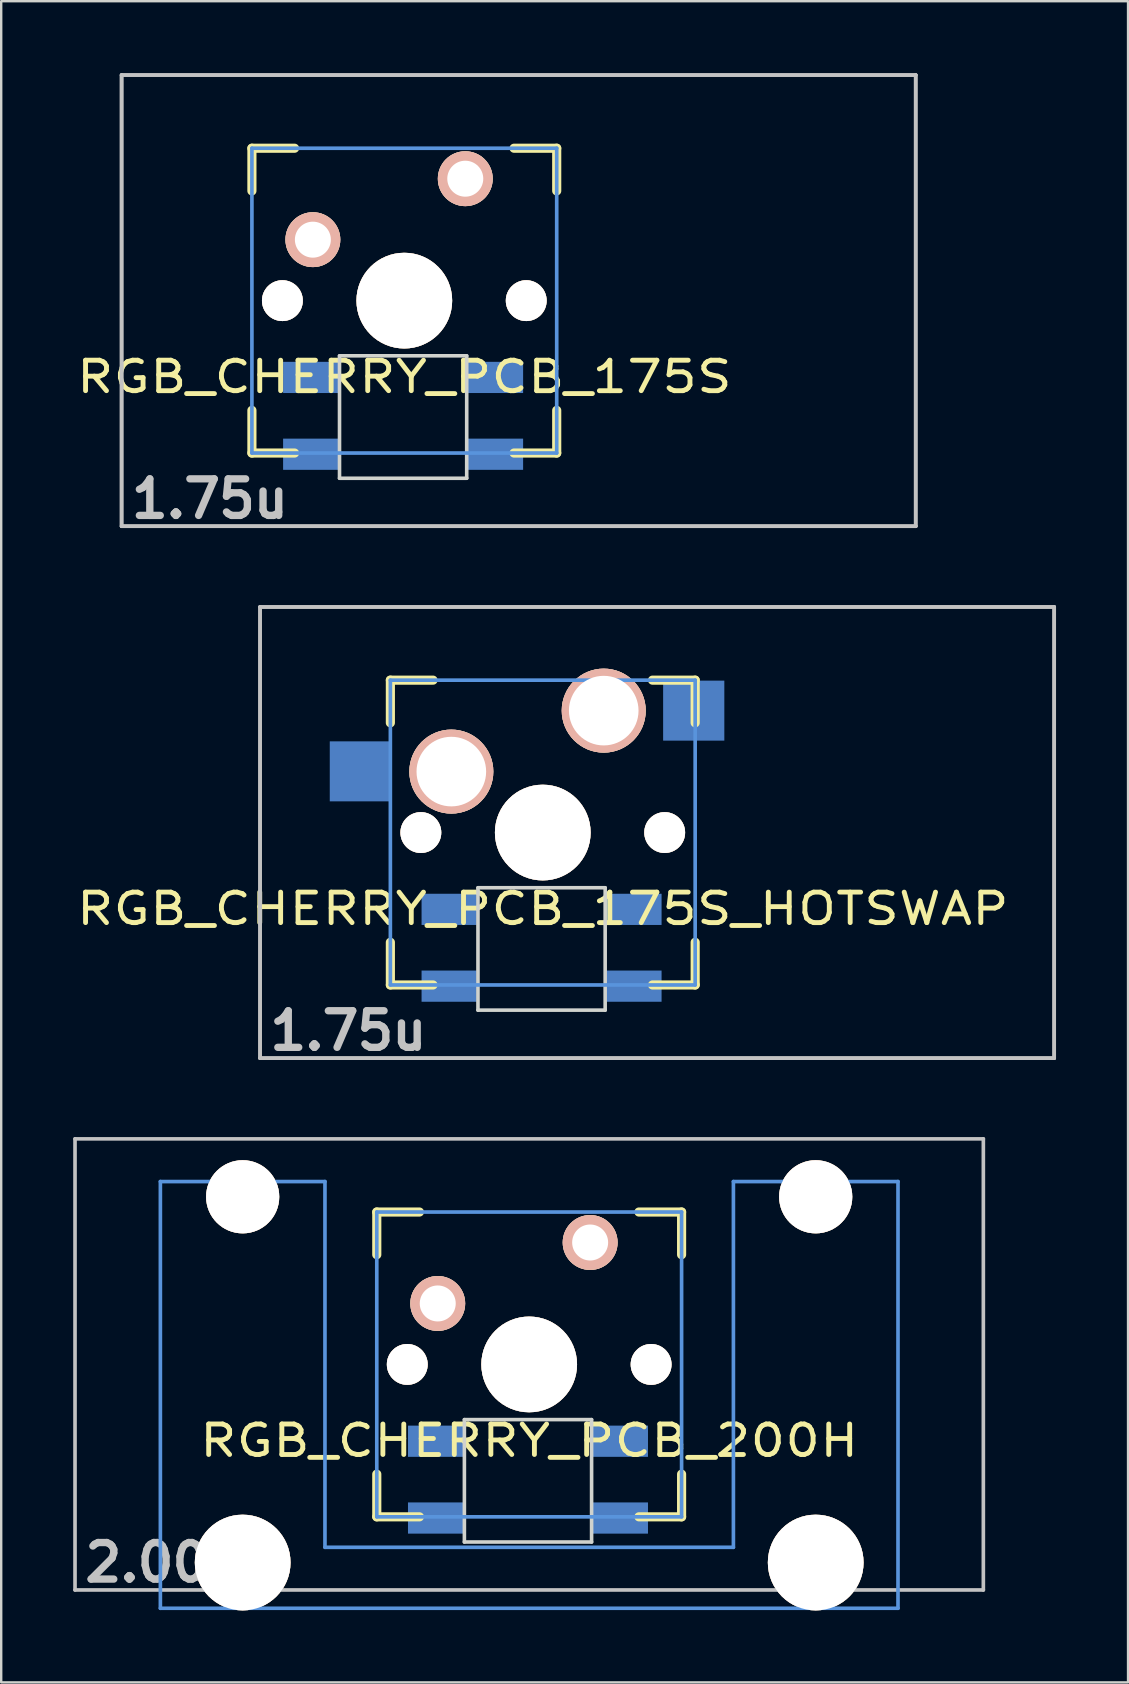
<source format=kicad_pcb>
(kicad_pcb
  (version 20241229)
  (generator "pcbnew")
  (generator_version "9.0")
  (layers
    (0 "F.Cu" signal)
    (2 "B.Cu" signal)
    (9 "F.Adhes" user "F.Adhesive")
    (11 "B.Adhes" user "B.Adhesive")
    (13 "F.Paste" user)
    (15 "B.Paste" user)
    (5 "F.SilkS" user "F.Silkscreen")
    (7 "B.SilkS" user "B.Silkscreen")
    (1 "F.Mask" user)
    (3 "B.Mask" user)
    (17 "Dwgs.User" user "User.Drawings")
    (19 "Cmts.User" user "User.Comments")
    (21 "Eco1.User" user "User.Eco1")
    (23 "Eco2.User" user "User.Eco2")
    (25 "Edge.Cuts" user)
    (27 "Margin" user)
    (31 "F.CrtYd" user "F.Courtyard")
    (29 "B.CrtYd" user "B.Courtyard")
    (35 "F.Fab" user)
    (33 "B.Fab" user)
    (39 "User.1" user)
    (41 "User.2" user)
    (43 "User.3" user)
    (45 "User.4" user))
  (footprint "RGB_CHERRY_PCB_175S"
    (layer "F.Cu")
    (at 13.796 9.476)
    (property "Reference" "RGB_CHERRY_PCB_175S" (at 0 3.175 0) (layer "F.SilkS") (effects (font (size 1.27 1.524) (thickness 0.203))))
    (attr through_hole)
    (fp_line (start -6.35 -6.35) (end -4.572 -6.35) (stroke (width 0.381) (type solid)) (layer "F.SilkS"))
    (fp_line (start -6.35 -4.572) (end -6.35 -6.35) (stroke (width 0.381) (type solid)) (layer "F.SilkS"))
    (fp_line (start -6.35 6.35) (end -6.35 4.572) (stroke (width 0.381) (type solid)) (layer "F.SilkS"))
    (fp_line (start -4.572 6.35) (end -6.35 6.35) (stroke (width 0.381) (type solid)) (layer "F.SilkS"))
    (fp_line (start 4.572 -6.35) (end 6.35 -6.35) (stroke (width 0.381) (type solid)) (layer "F.SilkS"))
    (fp_line (start 6.35 -6.35) (end 6.35 -4.572) (stroke (width 0.381) (type solid)) (layer "F.SilkS"))
    (fp_line (start 6.35 4.572) (end 6.35 6.35) (stroke (width 0.381) (type solid)) (layer "F.SilkS"))
    (fp_line (start 6.35 6.35) (end 4.572 6.35) (stroke (width 0.381) (type solid)) (layer "F.SilkS"))
    (fp_line (start -11.78 -9.4) (end 21.31 -9.4) (stroke (width 0.152) (type solid)) (layer "Dwgs.User"))
    (fp_line (start -11.78 9.4) (end -11.78 -9.4) (stroke (width 0.152) (type solid)) (layer "Dwgs.User"))
    (fp_line (start -11.779 -9.398) (end 21.307 -9.398) (stroke (width 0.152) (type solid)) (layer "Dwgs.User"))
    (fp_line (start -11.779 9.398) (end -11.779 -9.398) (stroke (width 0.152) (type solid)) (layer "Dwgs.User"))
    (fp_line (start 21.307 -9.398) (end 21.307 9.398) (stroke (width 0.152) (type solid)) (layer "Dwgs.User"))
    (fp_line (start 21.307 9.398) (end -11.779 9.398) (stroke (width 0.152) (type solid)) (layer "Dwgs.User"))
    (fp_line (start 21.31 -9.4) (end 21.31 9.4) (stroke (width 0.152) (type solid)) (layer "Dwgs.User"))
    (fp_line (start 21.31 9.4) (end -11.78 9.4) (stroke (width 0.152) (type solid)) (layer "Dwgs.User"))
    (fp_line (start -6.35 -6.35) (end 6.35 -6.35) (stroke (width 0.152) (type solid)) (layer "Cmts.User"))
    (fp_line (start -6.35 6.35) (end -6.35 -6.35) (stroke (width 0.152) (type solid)) (layer "Cmts.User"))
    (fp_line (start 6.35 -6.35) (end 6.35 6.35) (stroke (width 0.152) (type solid)) (layer "Cmts.User"))
    (fp_line (start 6.35 6.35) (end -6.35 6.35) (stroke (width 0.152) (type solid)) (layer "Cmts.User"))
    (fp_line (start -6.985 -6.985) (end 6.985 -6.985) (stroke (width 0.152) (type solid)) (layer "Eco2.User"))
    (fp_line (start -6.985 6.985) (end -6.985 -6.985) (stroke (width 0.152) (type solid)) (layer "Eco2.User"))
    (fp_line (start 6.985 -6.985) (end 6.985 6.985) (stroke (width 0.152) (type solid)) (layer "Eco2.User"))
    (fp_line (start 6.985 6.985) (end -6.985 6.985) (stroke (width 0.152) (type solid)) (layer "Eco2.User"))
    (fp_line (start -2.7 2.3) (end -2.7 7.4) (stroke (width 0.15) (type solid)) (layer "Edge.Cuts"))
    (fp_line (start -2.7 2.3) (end 2.6 2.3) (stroke (width 0.15) (type solid)) (layer "Edge.Cuts"))
    (fp_line (start 2.6 2.3) (end 2.6 7.4) (stroke (width 0.15) (type solid)) (layer "Edge.Cuts"))
    (fp_line (start 2.6 7.4) (end -2.7 7.4) (stroke (width 0.15) (type solid)) (layer "Edge.Cuts"))
    (fp_text user "1.75u" (at -8.1 8.26 0) (layer "Dwgs.User") (effects (font (size 1.524 1.524) (thickness 0.305))))
    (pad "" np_thru_hole circle (at -5.08 0) (size 1.702 1.702) (drill 1.702) (layers "*.Cu" "*.SilkS" "*.Mask"))
    (pad "" np_thru_hole circle (at 0 0) (size 3.988 3.988) (drill 3.988) (layers "*.Cu" "*.SilkS" "*.Mask"))
    (pad "" np_thru_hole circle (at 5.08 0) (size 1.702 1.702) (drill 1.702) (layers "*.Cu" "*.SilkS" "*.Mask"))
    (pad "1" thru_hole circle (at 2.54 -5.08) (size 2.286 2.286) (drill 1.499) (layers "*.Cu" "*.SilkS" "*.Mask"))
    (pad "2" thru_hole circle (at -3.81 -2.54) (size 2.286 2.286) (drill 1.499) (layers "*.Cu" "*.SilkS" "*.Mask"))
    (pad "3" smd rect (at -2.8 3.2) (size 2.3 1.3) (drill (offset -1.1 0)) (layers "B.Cu" "B.Mask" "B.Paste"))
    (pad "4" smd rect (at -2.8 6.4) (size 2.3 1.3) (drill (offset -1.1 0)) (layers "B.Cu" "B.Mask" "B.Paste"))
    (pad "5" smd rect (at 2.7 6.4) (size 2.3 1.3) (drill (offset 1.1 0)) (layers "B.Cu" "B.Mask" "B.Paste"))
    (pad "6" smd rect (at 2.7 3.2) (size 2.3 1.3) (drill (offset 1.1 0)) (layers "B.Cu" "B.Mask" "B.Paste")))
  (footprint "RGB_CHERRY_PCB_175S_HOTSWAP"
    (layer "F.Cu")
    (at 19.565 31.639)
    (property "Reference" "RGB_CHERRY_PCB_175S_HOTSWAP" (at 0 3.175 0) (layer "F.SilkS") (effects (font (size 1.27 1.524) (thickness 0.203))))
    (attr through_hole)
    (fp_line (start -6.35 -6.35) (end -4.572 -6.35) (stroke (width 0.381) (type solid)) (layer "F.SilkS"))
    (fp_line (start -6.35 -4.572) (end -6.35 -6.35) (stroke (width 0.381) (type solid)) (layer "F.SilkS"))
    (fp_line (start -6.35 6.35) (end -6.35 4.572) (stroke (width 0.381) (type solid)) (layer "F.SilkS"))
    (fp_line (start -4.572 6.35) (end -6.35 6.35) (stroke (width 0.381) (type solid)) (layer "F.SilkS"))
    (fp_line (start 4.572 -6.35) (end 6.35 -6.35) (stroke (width 0.381) (type solid)) (layer "F.SilkS"))
    (fp_line (start 6.35 -6.35) (end 6.35 -4.572) (stroke (width 0.381) (type solid)) (layer "F.SilkS"))
    (fp_line (start 6.35 4.572) (end 6.35 6.35) (stroke (width 0.381) (type solid)) (layer "F.SilkS"))
    (fp_line (start 6.35 6.35) (end 4.572 6.35) (stroke (width 0.381) (type solid)) (layer "F.SilkS"))
    (fp_line (start -11.78 -9.4) (end 21.31 -9.4) (stroke (width 0.152) (type solid)) (layer "Dwgs.User"))
    (fp_line (start -11.78 9.4) (end -11.78 -9.4) (stroke (width 0.152) (type solid)) (layer "Dwgs.User"))
    (fp_line (start -11.779 -9.398) (end 21.307 -9.398) (stroke (width 0.152) (type solid)) (layer "Dwgs.User"))
    (fp_line (start -11.779 9.398) (end -11.779 -9.398) (stroke (width 0.152) (type solid)) (layer "Dwgs.User"))
    (fp_line (start 21.307 -9.398) (end 21.307 9.398) (stroke (width 0.152) (type solid)) (layer "Dwgs.User"))
    (fp_line (start 21.307 9.398) (end -11.779 9.398) (stroke (width 0.152) (type solid)) (layer "Dwgs.User"))
    (fp_line (start 21.31 -9.4) (end 21.31 9.4) (stroke (width 0.152) (type solid)) (layer "Dwgs.User"))
    (fp_line (start 21.31 9.4) (end -11.78 9.4) (stroke (width 0.152) (type solid)) (layer "Dwgs.User"))
    (fp_line (start -6.35 -6.35) (end 6.35 -6.35) (stroke (width 0.152) (type solid)) (layer "Cmts.User"))
    (fp_line (start -6.35 6.35) (end -6.35 -6.35) (stroke (width 0.152) (type solid)) (layer "Cmts.User"))
    (fp_line (start 6.35 -6.35) (end 6.35 6.35) (stroke (width 0.152) (type solid)) (layer "Cmts.User"))
    (fp_line (start 6.35 6.35) (end -6.35 6.35) (stroke (width 0.152) (type solid)) (layer "Cmts.User"))
    (fp_line (start -6.985 -6.985) (end 6.985 -6.985) (stroke (width 0.152) (type solid)) (layer "Eco2.User"))
    (fp_line (start -6.985 6.985) (end -6.985 -6.985) (stroke (width 0.152) (type solid)) (layer "Eco2.User"))
    (fp_line (start 6.985 -6.985) (end 6.985 6.985) (stroke (width 0.152) (type solid)) (layer "Eco2.User"))
    (fp_line (start 6.985 6.985) (end -6.985 6.985) (stroke (width 0.152) (type solid)) (layer "Eco2.User"))
    (fp_line (start -2.7 2.3) (end -2.7 7.4) (stroke (width 0.15) (type solid)) (layer "Edge.Cuts"))
    (fp_line (start -2.7 2.3) (end 2.6 2.3) (stroke (width 0.15) (type solid)) (layer "Edge.Cuts"))
    (fp_line (start 2.6 2.3) (end 2.6 7.4) (stroke (width 0.15) (type solid)) (layer "Edge.Cuts"))
    (fp_line (start 2.6 7.4) (end -2.7 7.4) (stroke (width 0.15) (type solid)) (layer "Edge.Cuts"))
    (fp_text user "1.75u" (at -8.1 8.26 0) (layer "Dwgs.User") (effects (font (size 1.524 1.524) (thickness 0.305))))
    (pad "" np_thru_hole circle (at -5.08 0) (size 1.702 1.702) (drill 1.702) (layers "*.Cu" "*.SilkS" "*.Mask"))
    (pad "" np_thru_hole circle (at 0 0) (size 3.988 3.988) (drill 3.988) (layers "*.Cu" "*.SilkS" "*.Mask"))
    (pad "" np_thru_hole circle (at 5.08 0) (size 1.702 1.702) (drill 1.702) (layers "*.Cu" "*.SilkS" "*.Mask"))
    (pad "1" thru_hole circle (at 2.54 -5.08) (size 3.5 3.5) (drill 2.9) (layers "*.Cu" "*.SilkS" "*.Mask"))
    (pad "1" smd rect (at 6.29 -5.08) (size 2.55 2.5) (layers "B.Cu" "B.Mask" "B.Paste"))
    (pad "2" smd rect (at -7.6 -2.55) (size 2.55 2.5) (layers "B.Cu" "B.Mask" "B.Paste"))
    (pad "2" thru_hole circle (at -3.81 -2.54) (size 3.5 3.5) (drill 2.9) (layers "*.Cu" "*.SilkS" "*.Mask"))
    (pad "3" smd rect (at -2.8 3.2) (size 2.3 1.3) (drill (offset -1.1 0)) (layers "B.Cu" "B.Mask" "B.Paste"))
    (pad "4" smd rect (at -2.8 6.4) (size 2.3 1.3) (drill (offset -1.1 0)) (layers "B.Cu" "B.Mask" "B.Paste"))
    (pad "5" smd rect (at 2.7 6.4) (size 2.3 1.3) (drill (offset 1.1 0)) (layers "B.Cu" "B.Mask" "B.Paste"))
    (pad "6" smd rect (at 2.7 3.2) (size 2.3 1.3) (drill (offset 1.1 0)) (layers "B.Cu" "B.Mask" "B.Paste")))
  (footprint "RGB_CHERRY_PCB_200H"
    (layer "F.Cu")
    (at 18.999 53.8)
    (property "Reference" "RGB_CHERRY_PCB_200H" (at 0 3.175 0) (layer "F.SilkS") (effects (font (size 1.27 1.524) (thickness 0.203))))
    (attr through_hole)
    (fp_line (start -6.35 -6.35) (end -4.572 -6.35) (stroke (width 0.381) (type solid)) (layer "F.SilkS"))
    (fp_line (start -6.35 -4.572) (end -6.35 -6.35) (stroke (width 0.381) (type solid)) (layer "F.SilkS"))
    (fp_line (start -6.35 6.35) (end -6.35 4.572) (stroke (width 0.381) (type solid)) (layer "F.SilkS"))
    (fp_line (start -4.572 6.35) (end -6.35 6.35) (stroke (width 0.381) (type solid)) (layer "F.SilkS"))
    (fp_line (start 4.572 -6.35) (end 6.35 -6.35) (stroke (width 0.381) (type solid)) (layer "F.SilkS"))
    (fp_line (start 6.35 -6.35) (end 6.35 -4.572) (stroke (width 0.381) (type solid)) (layer "F.SilkS"))
    (fp_line (start 6.35 4.572) (end 6.35 6.35) (stroke (width 0.381) (type solid)) (layer "F.SilkS"))
    (fp_line (start 6.35 6.35) (end 4.572 6.35) (stroke (width 0.381) (type solid)) (layer "F.SilkS"))
    (fp_line (start -18.923 -9.398) (end 18.923 -9.398) (stroke (width 0.152) (type solid)) (layer "Dwgs.User"))
    (fp_line (start -18.923 9.398) (end -18.923 -9.398) (stroke (width 0.152) (type solid)) (layer "Dwgs.User"))
    (fp_line (start 18.923 -9.398) (end 18.923 9.398) (stroke (width 0.152) (type solid)) (layer "Dwgs.User"))
    (fp_line (start 18.923 9.398) (end -18.923 9.398) (stroke (width 0.152) (type solid)) (layer "Dwgs.User"))
    (fp_line (start -15.367 -7.62) (end -15.367 10.16) (stroke (width 0.152) (type solid)) (layer "Cmts.User"))
    (fp_line (start -15.367 10.16) (end 15.367 10.16) (stroke (width 0.152) (type solid)) (layer "Cmts.User"))
    (fp_line (start -8.509 -7.62) (end -15.367 -7.62) (stroke (width 0.152) (type solid)) (layer "Cmts.User"))
    (fp_line (start -8.509 7.62) (end -8.509 -7.62) (stroke (width 0.152) (type solid)) (layer "Cmts.User"))
    (fp_line (start -6.35 -6.35) (end 6.35 -6.35) (stroke (width 0.152) (type solid)) (layer "Cmts.User"))
    (fp_line (start -6.35 6.35) (end -6.35 -6.35) (stroke (width 0.152) (type solid)) (layer "Cmts.User"))
    (fp_line (start 6.35 -6.35) (end 6.35 6.35) (stroke (width 0.152) (type solid)) (layer "Cmts.User"))
    (fp_line (start 6.35 6.35) (end -6.35 6.35) (stroke (width 0.152) (type solid)) (layer "Cmts.User"))
    (fp_line (start 8.509 -7.62) (end 8.509 7.62) (stroke (width 0.152) (type solid)) (layer "Cmts.User"))
    (fp_line (start 8.509 7.62) (end -8.509 7.62) (stroke (width 0.152) (type solid)) (layer "Cmts.User"))
    (fp_line (start 15.367 -7.62) (end 8.509 -7.62) (stroke (width 0.152) (type solid)) (layer "Cmts.User"))
    (fp_line (start 15.367 10.16) (end 15.367 -7.62) (stroke (width 0.152) (type solid)) (layer "Cmts.User"))
    (fp_line (start -16.129 -2.286) (end -15.265 -2.286) (stroke (width 0.152) (type solid)) (layer "Eco2.User"))
    (fp_line (start -16.129 0.508) (end -16.129 -2.286) (stroke (width 0.152) (type solid)) (layer "Eco2.User"))
    (fp_line (start -15.265 -5.69) (end -8.611 -5.69) (stroke (width 0.152) (type solid)) (layer "Eco2.User"))
    (fp_line (start -15.265 -2.286) (end -15.265 -5.69) (stroke (width 0.152) (type solid)) (layer "Eco2.User"))
    (fp_line (start -15.265 0.508) (end -16.129 0.508) (stroke (width 0.152) (type solid)) (layer "Eco2.User"))
    (fp_line (start -15.265 6.604) (end -15.265 0.508) (stroke (width 0.152) (type solid)) (layer "Eco2.User"))
    (fp_line (start -14.224 6.604) (end -15.265 6.604) (stroke (width 0.152) (type solid)) (layer "Eco2.User"))
    (fp_line (start -14.224 7.772) (end -14.224 6.604) (stroke (width 0.152) (type solid)) (layer "Eco2.User"))
    (fp_line (start -9.652 6.604) (end -9.652 7.772) (stroke (width 0.152) (type solid)) (layer "Eco2.User"))
    (fp_line (start -9.652 7.772) (end -14.224 7.772) (stroke (width 0.152) (type solid)) (layer "Eco2.User"))
    (fp_line (start -8.611 -5.69) (end -8.611 -4.877) (stroke (width 0.152) (type solid)) (layer "Eco2.User"))
    (fp_line (start -8.611 -4.877) (end -6.985 -4.877) (stroke (width 0.152) (type solid)) (layer "Eco2.User"))
    (fp_line (start -8.611 5.817) (end -8.611 6.604) (stroke (width 0.152) (type solid)) (layer "Eco2.User"))
    (fp_line (start -8.611 6.604) (end -9.652 6.604) (stroke (width 0.152) (type solid)) (layer "Eco2.User"))
    (fp_line (start -6.985 -6.985) (end 6.985 -6.985) (stroke (width 0.152) (type solid)) (layer "Eco2.User"))
    (fp_line (start -6.985 -4.877) (end -6.985 -6.985) (stroke (width 0.152) (type solid)) (layer "Eco2.User"))
    (fp_line (start -6.985 5.817) (end -8.611 5.817) (stroke (width 0.152) (type solid)) (layer "Eco2.User"))
    (fp_line (start -6.985 6.985) (end -6.985 5.817) (stroke (width 0.152) (type solid)) (layer "Eco2.User"))
    (fp_line (start 6.985 -6.985) (end 6.985 -4.877) (stroke (width 0.152) (type solid)) (layer "Eco2.User"))
    (fp_line (start 6.985 -4.877) (end 8.611 -4.877) (stroke (width 0.152) (type solid)) (layer "Eco2.User"))
    (fp_line (start 6.985 5.817) (end 6.985 6.985) (stroke (width 0.152) (type solid)) (layer "Eco2.User"))
    (fp_line (start 6.985 6.985) (end -6.985 6.985) (stroke (width 0.152) (type solid)) (layer "Eco2.User"))
    (fp_line (start 8.611 -5.69) (end 15.265 -5.69) (stroke (width 0.152) (type solid)) (layer "Eco2.User"))
    (fp_line (start 8.611 -4.877) (end 8.611 -5.69) (stroke (width 0.152) (type solid)) (layer "Eco2.User"))
    (fp_line (start 8.611 5.817) (end 6.985 5.817) (stroke (width 0.152) (type solid)) (layer "Eco2.User"))
    (fp_line (start 8.611 6.604) (end 8.611 5.817) (stroke (width 0.152) (type solid)) (layer "Eco2.User"))
    (fp_line (start 9.652 6.604) (end 8.611 6.604) (stroke (width 0.152) (type solid)) (layer "Eco2.User"))
    (fp_line (start 9.652 7.772) (end 9.652 6.604) (stroke (width 0.152) (type solid)) (layer "Eco2.User"))
    (fp_line (start 14.224 6.604) (end 14.224 7.772) (stroke (width 0.152) (type solid)) (layer "Eco2.User"))
    (fp_line (start 14.224 7.772) (end 9.652 7.772) (stroke (width 0.152) (type solid)) (layer "Eco2.User"))
    (fp_line (start 15.265 -5.69) (end 15.265 -2.286) (stroke (width 0.152) (type solid)) (layer "Eco2.User"))
    (fp_line (start 15.265 -2.286) (end 16.129 -2.286) (stroke (width 0.152) (type solid)) (layer "Eco2.User"))
    (fp_line (start 15.265 0.508) (end 15.265 6.604) (stroke (width 0.152) (type solid)) (layer "Eco2.User"))
    (fp_line (start 15.265 6.604) (end 14.224 6.604) (stroke (width 0.152) (type solid)) (layer "Eco2.User"))
    (fp_line (start 16.129 -2.286) (end 16.129 0.508) (stroke (width 0.152) (type solid)) (layer "Eco2.User"))
    (fp_line (start 16.129 0.508) (end 15.265 0.508) (stroke (width 0.152) (type solid)) (layer "Eco2.User"))
    (fp_line (start -2.7 2.3) (end -2.7 7.4) (stroke (width 0.15) (type solid)) (layer "Edge.Cuts"))
    (fp_line (start -2.7 2.3) (end 2.6 2.3) (stroke (width 0.15) (type solid)) (layer "Edge.Cuts"))
    (fp_line (start 2.6 2.3) (end 2.6 7.4) (stroke (width 0.15) (type solid)) (layer "Edge.Cuts"))
    (fp_line (start 2.6 7.4) (end -2.7 7.4) (stroke (width 0.15) (type solid)) (layer "Edge.Cuts"))
    (fp_text user "2.00u" (at -15.24 8.255 0) (layer "Dwgs.User") (effects (font (size 1.524 1.524) (thickness 0.305))))
    (pad "" np_thru_hole circle (at -11.938 -6.985) (size 3.048 3.048) (drill 3.048) (layers "*.Cu" "*.SilkS" "*.Mask"))
    (pad "" np_thru_hole circle (at -11.938 8.255) (size 3.988 3.988) (drill 3.988) (layers "*.Cu" "*.SilkS" "*.Mask"))
    (pad "" np_thru_hole circle (at -5.08 0) (size 1.702 1.702) (drill 1.702) (layers "*.Cu" "*.SilkS" "*.Mask"))
    (pad "" np_thru_hole circle (at 0 0) (size 3.988 3.988) (drill 3.988) (layers "*.Cu" "*.SilkS" "*.Mask"))
    (pad "" np_thru_hole circle (at 5.08 0) (size 1.702 1.702) (drill 1.702) (layers "*.Cu" "*.SilkS" "*.Mask"))
    (pad "" np_thru_hole circle (at 11.938 -6.985) (size 3.048 3.048) (drill 3.048) (layers "*.Cu" "*.SilkS" "*.Mask"))
    (pad "" np_thru_hole circle (at 11.938 8.255) (size 3.988 3.988) (drill 3.988) (layers "*.Cu" "*.SilkS" "*.Mask"))
    (pad "1" thru_hole circle (at 2.54 -5.08) (size 2.286 2.286) (drill 1.499) (layers "*.Cu" "*.SilkS" "*.Mask"))
    (pad "2" thru_hole circle (at -3.81 -2.54) (size 2.286 2.286) (drill 1.499) (layers "*.Cu" "*.SilkS" "*.Mask"))
    (pad "3" smd rect (at -2.8 3.2) (size 2.3 1.3) (drill (offset -1.1 0)) (layers "B.Cu" "B.Mask" "B.Paste"))
    (pad "4" smd rect (at -2.8 6.4) (size 2.3 1.3) (drill (offset -1.1 0)) (layers "B.Cu" "B.Mask" "B.Paste"))
    (pad "5" smd rect (at 2.7 6.4) (size 2.3 1.3) (drill (offset 1.1 0)) (layers "B.Cu" "B.Mask" "B.Paste"))
    (pad "6" smd rect (at 2.7 3.2) (size 2.3 1.3) (drill (offset 1.1 0)) (layers "B.Cu" "B.Mask" "B.Paste")))
  (gr_rect
    (start -3 -3)
    (end 43.951 67.048)
    (stroke (width 0.1) (type default))
    (fill no)
    (layer "Edge.Cuts")))
</source>
